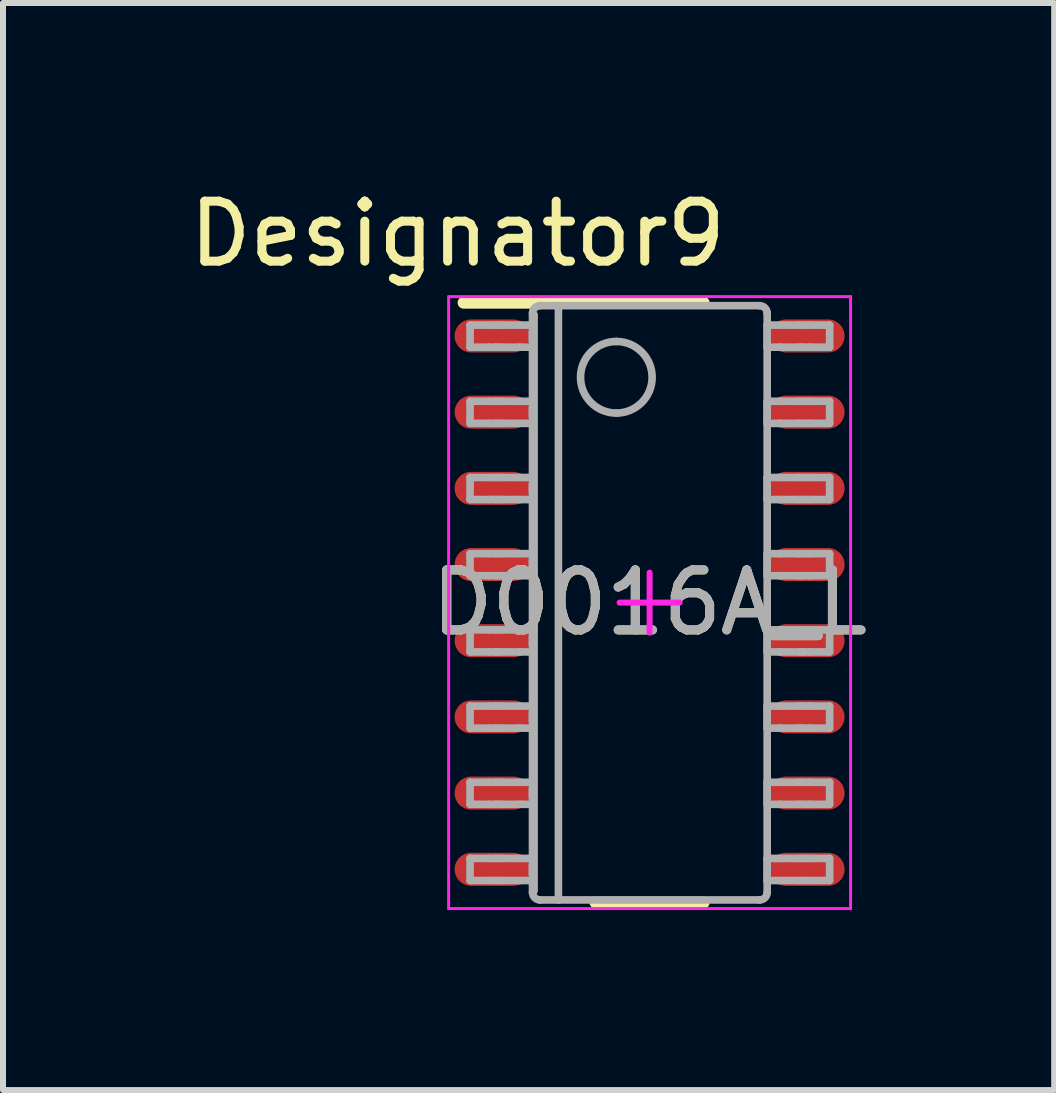
<source format=kicad_pcb>
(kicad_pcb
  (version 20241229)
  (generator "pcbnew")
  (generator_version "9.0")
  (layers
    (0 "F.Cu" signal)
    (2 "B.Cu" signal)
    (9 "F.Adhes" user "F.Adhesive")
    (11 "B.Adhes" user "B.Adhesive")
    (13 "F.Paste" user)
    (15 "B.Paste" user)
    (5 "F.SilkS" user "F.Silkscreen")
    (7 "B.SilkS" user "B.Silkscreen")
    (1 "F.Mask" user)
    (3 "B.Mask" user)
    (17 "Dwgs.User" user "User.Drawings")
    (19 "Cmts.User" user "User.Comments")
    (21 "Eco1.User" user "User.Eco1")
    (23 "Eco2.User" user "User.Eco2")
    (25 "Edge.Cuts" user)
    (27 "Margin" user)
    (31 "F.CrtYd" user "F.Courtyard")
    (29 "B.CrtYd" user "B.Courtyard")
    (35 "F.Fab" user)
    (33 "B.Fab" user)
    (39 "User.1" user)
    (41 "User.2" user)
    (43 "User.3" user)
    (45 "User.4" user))
  (footprint "D0016A_L"
    (layer "F.Cu")
    (at 7.778 6.995)
    (property "Reference" "D0016A_L" (at 0 0 0) (unlocked yes) (layer "F.SilkS") (effects (font (size 1 1) (thickness 0.15))))
    (attr smd)
    (fp_line (start -3.1 -5) (end 0.9 -5) (stroke (width 0.2) (type solid)) (layer "F.SilkS"))
    (fp_line (start -0.9 5) (end 0.9 5) (stroke (width 0.2) (type solid)) (layer "F.SilkS"))
    (fp_line (start -3.35 -5.1) (end 3.35 -5.1) (stroke (width 0.05) (type solid)) (layer "F.CrtYd"))
    (fp_line (start -3.35 5.1) (end -3.35 -5.1) (stroke (width 0.05) (type solid)) (layer "F.CrtYd"))
    (fp_line (start -3.35 5.1) (end 3.35 5.1) (stroke (width 0.05) (type solid)) (layer "F.CrtYd"))
    (fp_line (start -0.5 0) (end 0.5 0) (stroke (width 0.1) (type solid)) (layer "F.CrtYd"))
    (fp_line (start 0 0.5) (end 0 -0.5) (stroke (width 0.1) (type solid)) (layer "F.CrtYd"))
    (fp_line (start 3.35 5.1) (end 3.35 -5.1) (stroke (width 0.05) (type solid)) (layer "F.CrtYd"))
    (fp_line (start -2.993 -4.626) (end -2.671 -4.626) (stroke (width 0.127) (type solid)) (layer "F.Fab"))
    (fp_line (start -2.993 -4.258) (end -2.993 -4.626) (stroke (width 0.127) (type solid)) (layer "F.Fab"))
    (fp_line (start -2.993 -4.258) (end -2.671 -4.258) (stroke (width 0.127) (type solid)) (layer "F.Fab"))
    (fp_line (start -2.993 -3.356) (end -2.671 -3.356) (stroke (width 0.127) (type solid)) (layer "F.Fab"))
    (fp_line (start -2.993 -2.988) (end -2.993 -3.356) (stroke (width 0.127) (type solid)) (layer "F.Fab"))
    (fp_line (start -2.993 -2.988) (end -2.671 -2.988) (stroke (width 0.127) (type solid)) (layer "F.Fab"))
    (fp_line (start -2.993 -2.086) (end -2.671 -2.086) (stroke (width 0.127) (type solid)) (layer "F.Fab"))
    (fp_line (start -2.993 -1.718) (end -2.993 -2.086) (stroke (width 0.127) (type solid)) (layer "F.Fab"))
    (fp_line (start -2.993 -1.718) (end -2.671 -1.718) (stroke (width 0.127) (type solid)) (layer "F.Fab"))
    (fp_line (start -2.993 -0.816) (end -2.671 -0.816) (stroke (width 0.127) (type solid)) (layer "F.Fab"))
    (fp_line (start -2.993 -0.448) (end -2.993 -0.816) (stroke (width 0.127) (type solid)) (layer "F.Fab"))
    (fp_line (start -2.993 -0.448) (end -2.671 -0.448) (stroke (width 0.127) (type solid)) (layer "F.Fab"))
    (fp_line (start -2.993 0.454) (end -2.671 0.454) (stroke (width 0.127) (type solid)) (layer "F.Fab"))
    (fp_line (start -2.993 0.822) (end -2.993 0.454) (stroke (width 0.127) (type solid)) (layer "F.Fab"))
    (fp_line (start -2.993 0.822) (end -2.671 0.822) (stroke (width 0.127) (type solid)) (layer "F.Fab"))
    (fp_line (start -2.993 1.724) (end -2.671 1.724) (stroke (width 0.127) (type solid)) (layer "F.Fab"))
    (fp_line (start -2.993 2.092) (end -2.993 1.724) (stroke (width 0.127) (type solid)) (layer "F.Fab"))
    (fp_line (start -2.993 2.092) (end -2.671 2.092) (stroke (width 0.127) (type solid)) (layer "F.Fab"))
    (fp_line (start -2.993 2.994) (end -2.671 2.994) (stroke (width 0.127) (type solid)) (layer "F.Fab"))
    (fp_line (start -2.993 3.362) (end -2.993 2.994) (stroke (width 0.127) (type solid)) (layer "F.Fab"))
    (fp_line (start -2.993 3.362) (end -2.671 3.362) (stroke (width 0.127) (type solid)) (layer "F.Fab"))
    (fp_line (start -2.993 4.264) (end -2.671 4.264) (stroke (width 0.127) (type solid)) (layer "F.Fab"))
    (fp_line (start -2.993 4.632) (end -2.993 4.264) (stroke (width 0.127) (type solid)) (layer "F.Fab"))
    (fp_line (start -2.993 4.632) (end -2.671 4.632) (stroke (width 0.127) (type solid)) (layer "F.Fab"))
    (fp_line (start -2.671 -4.626) (end -2.555 -4.626) (stroke (width 0.127) (type solid)) (layer "F.Fab"))
    (fp_line (start -2.671 -4.258) (end -2.555 -4.258) (stroke (width 0.127) (type solid)) (layer "F.Fab"))
    (fp_line (start -2.671 -3.356) (end -2.555 -3.356) (stroke (width 0.127) (type solid)) (layer "F.Fab"))
    (fp_line (start -2.671 -2.988) (end -2.555 -2.988) (stroke (width 0.127) (type solid)) (layer "F.Fab"))
    (fp_line (start -2.671 -2.086) (end -2.555 -2.086) (stroke (width 0.127) (type solid)) (layer "F.Fab"))
    (fp_line (start -2.671 -1.718) (end -2.555 -1.718) (stroke (width 0.127) (type solid)) (layer "F.Fab"))
    (fp_line (start -2.671 -0.816) (end -2.555 -0.816) (stroke (width 0.127) (type solid)) (layer "F.Fab"))
    (fp_line (start -2.671 -0.448) (end -2.555 -0.448) (stroke (width 0.127) (type solid)) (layer "F.Fab"))
    (fp_line (start -2.671 0.454) (end -2.555 0.454) (stroke (width 0.127) (type solid)) (layer "F.Fab"))
    (fp_line (start -2.671 0.822) (end -2.555 0.822) (stroke (width 0.127) (type solid)) (layer "F.Fab"))
    (fp_line (start -2.671 1.724) (end -2.555 1.724) (stroke (width 0.127) (type solid)) (layer "F.Fab"))
    (fp_line (start -2.671 2.092) (end -2.555 2.092) (stroke (width 0.127) (type solid)) (layer "F.Fab"))
    (fp_line (start -2.671 2.994) (end -2.555 2.994) (stroke (width 0.127) (type solid)) (layer "F.Fab"))
    (fp_line (start -2.671 3.362) (end -2.555 3.362) (stroke (width 0.127) (type solid)) (layer "F.Fab"))
    (fp_line (start -2.671 4.264) (end -2.555 4.264) (stroke (width 0.127) (type solid)) (layer "F.Fab"))
    (fp_line (start -2.671 4.632) (end -2.555 4.632) (stroke (width 0.127) (type solid)) (layer "F.Fab"))
    (fp_line (start -2.555 -4.626) (end -2.488 -4.626) (stroke (width 0.127) (type solid)) (layer "F.Fab"))
    (fp_line (start -2.555 -4.258) (end -2.488 -4.258) (stroke (width 0.127) (type solid)) (layer "F.Fab"))
    (fp_line (start -2.555 -3.356) (end -2.488 -3.356) (stroke (width 0.127) (type solid)) (layer "F.Fab"))
    (fp_line (start -2.555 -2.988) (end -2.488 -2.988) (stroke (width 0.127) (type solid)) (layer "F.Fab"))
    (fp_line (start -2.555 -2.086) (end -2.488 -2.086) (stroke (width 0.127) (type solid)) (layer "F.Fab"))
    (fp_line (start -2.555 -1.718) (end -2.488 -1.718) (stroke (width 0.127) (type solid)) (layer "F.Fab"))
    (fp_line (start -2.555 -0.816) (end -2.488 -0.816) (stroke (width 0.127) (type solid)) (layer "F.Fab"))
    (fp_line (start -2.555 -0.448) (end -2.488 -0.448) (stroke (width 0.127) (type solid)) (layer "F.Fab"))
    (fp_line (start -2.555 0.454) (end -2.488 0.454) (stroke (width 0.127) (type solid)) (layer "F.Fab"))
    (fp_line (start -2.555 0.822) (end -2.488 0.822) (stroke (width 0.127) (type solid)) (layer "F.Fab"))
    (fp_line (start -2.555 1.724) (end -2.488 1.724) (stroke (width 0.127) (type solid)) (layer "F.Fab"))
    (fp_line (start -2.555 2.092) (end -2.488 2.092) (stroke (width 0.127) (type solid)) (layer "F.Fab"))
    (fp_line (start -2.555 2.994) (end -2.488 2.994) (stroke (width 0.127) (type solid)) (layer "F.Fab"))
    (fp_line (start -2.555 3.362) (end -2.488 3.362) (stroke (width 0.127) (type solid)) (layer "F.Fab"))
    (fp_line (start -2.555 4.264) (end -2.488 4.264) (stroke (width 0.127) (type solid)) (layer "F.Fab"))
    (fp_line (start -2.555 4.632) (end -2.488 4.632) (stroke (width 0.127) (type solid)) (layer "F.Fab"))
    (fp_line (start -2.488 -4.626) (end -2.163 -4.626) (stroke (width 0.127) (type solid)) (layer "F.Fab"))
    (fp_line (start -2.488 -4.258) (end -2.163 -4.258) (stroke (width 0.127) (type solid)) (layer "F.Fab"))
    (fp_line (start -2.488 -3.356) (end -2.163 -3.356) (stroke (width 0.127) (type solid)) (layer "F.Fab"))
    (fp_line (start -2.488 -2.988) (end -2.163 -2.988) (stroke (width 0.127) (type solid)) (layer "F.Fab"))
    (fp_line (start -2.488 -2.086) (end -2.163 -2.086) (stroke (width 0.127) (type solid)) (layer "F.Fab"))
    (fp_line (start -2.488 -1.718) (end -2.163 -1.718) (stroke (width 0.127) (type solid)) (layer "F.Fab"))
    (fp_line (start -2.488 -0.816) (end -2.163 -0.816) (stroke (width 0.127) (type solid)) (layer "F.Fab"))
    (fp_line (start -2.488 -0.448) (end -2.163 -0.448) (stroke (width 0.127) (type solid)) (layer "F.Fab"))
    (fp_line (start -2.488 0.454) (end -2.163 0.454) (stroke (width 0.127) (type solid)) (layer "F.Fab"))
    (fp_line (start -2.488 0.822) (end -2.163 0.822) (stroke (width 0.127) (type solid)) (layer "F.Fab"))
    (fp_line (start -2.488 1.724) (end -2.163 1.724) (stroke (width 0.127) (type solid)) (layer "F.Fab"))
    (fp_line (start -2.488 2.092) (end -2.163 2.092) (stroke (width 0.127) (type solid)) (layer "F.Fab"))
    (fp_line (start -2.488 2.994) (end -2.163 2.994) (stroke (width 0.127) (type solid)) (layer "F.Fab"))
    (fp_line (start -2.488 3.362) (end -2.163 3.362) (stroke (width 0.127) (type solid)) (layer "F.Fab"))
    (fp_line (start -2.488 4.264) (end -2.163 4.264) (stroke (width 0.127) (type solid)) (layer "F.Fab"))
    (fp_line (start -2.488 4.632) (end -2.163 4.632) (stroke (width 0.127) (type solid)) (layer "F.Fab"))
    (fp_line (start -2.163 -4.626) (end -1.952 -4.626) (stroke (width 0.127) (type solid)) (layer "F.Fab"))
    (fp_line (start -2.163 -4.258) (end -1.952 -4.258) (stroke (width 0.127) (type solid)) (layer "F.Fab"))
    (fp_line (start -2.163 -3.356) (end -1.952 -3.356) (stroke (width 0.127) (type solid)) (layer "F.Fab"))
    (fp_line (start -2.163 -2.988) (end -1.952 -2.988) (stroke (width 0.127) (type solid)) (layer "F.Fab"))
    (fp_line (start -2.163 -2.086) (end -1.952 -2.086) (stroke (width 0.127) (type solid)) (layer "F.Fab"))
    (fp_line (start -2.163 -1.718) (end -1.952 -1.718) (stroke (width 0.127) (type solid)) (layer "F.Fab"))
    (fp_line (start -2.163 -0.816) (end -1.952 -0.816) (stroke (width 0.127) (type solid)) (layer "F.Fab"))
    (fp_line (start -2.163 -0.448) (end -1.952 -0.448) (stroke (width 0.127) (type solid)) (layer "F.Fab"))
    (fp_line (start -2.163 0.454) (end -1.952 0.454) (stroke (width 0.127) (type solid)) (layer "F.Fab"))
    (fp_line (start -2.163 0.822) (end -1.952 0.822) (stroke (width 0.127) (type solid)) (layer "F.Fab"))
    (fp_line (start -2.163 1.724) (end -1.952 1.724) (stroke (width 0.127) (type solid)) (layer "F.Fab"))
    (fp_line (start -2.163 2.092) (end -1.952 2.092) (stroke (width 0.127) (type solid)) (layer "F.Fab"))
    (fp_line (start -2.163 2.994) (end -1.952 2.994) (stroke (width 0.127) (type solid)) (layer "F.Fab"))
    (fp_line (start -2.163 3.362) (end -1.952 3.362) (stroke (width 0.127) (type solid)) (layer "F.Fab"))
    (fp_line (start -2.163 4.264) (end -1.952 4.264) (stroke (width 0.127) (type solid)) (layer "F.Fab"))
    (fp_line (start -2.163 4.632) (end -1.952 4.632) (stroke (width 0.127) (type solid)) (layer "F.Fab"))
    (fp_line (start -1.952 -4.258) (end -1.952 -4.626) (stroke (width 0.127) (type solid)) (layer "F.Fab"))
    (fp_line (start -1.952 -2.988) (end -1.952 -3.356) (stroke (width 0.127) (type solid)) (layer "F.Fab"))
    (fp_line (start -1.952 -1.718) (end -1.952 -2.086) (stroke (width 0.127) (type solid)) (layer "F.Fab"))
    (fp_line (start -1.952 -0.448) (end -1.952 -0.816) (stroke (width 0.127) (type solid)) (layer "F.Fab"))
    (fp_line (start -1.952 0.822) (end -1.952 0.454) (stroke (width 0.127) (type solid)) (layer "F.Fab"))
    (fp_line (start -1.952 2.092) (end -1.952 1.724) (stroke (width 0.127) (type solid)) (layer "F.Fab"))
    (fp_line (start -1.952 3.362) (end -1.952 2.994) (stroke (width 0.127) (type solid)) (layer "F.Fab"))
    (fp_line (start -1.952 4.632) (end -1.952 4.264) (stroke (width 0.127) (type solid)) (layer "F.Fab"))
    (fp_line (start -1.952 4.829) (end -1.952 -4.823) (stroke (width 0.127) (type solid)) (layer "F.Fab"))
    (fp_line (start -1.925 4.803) (end -1.925 -4.797) (stroke (width 0.127) (type solid)) (layer "F.Fab"))
    (fp_line (start -1.825 -4.95) (end 1.834 -4.95) (stroke (width 0.127) (type solid)) (layer "F.Fab"))
    (fp_line (start -1.825 4.956) (end 1.834 4.956) (stroke (width 0.127) (type solid)) (layer "F.Fab"))
    (fp_line (start -1.52 4.956) (end -1.52 -4.95) (stroke (width 0.127) (type solid)) (layer "F.Fab"))
    (fp_line (start 1.96 -4.626) (end 2.172 -4.626) (stroke (width 0.127) (type solid)) (layer "F.Fab"))
    (fp_line (start 1.96 -4.258) (end 1.96 -4.626) (stroke (width 0.127) (type solid)) (layer "F.Fab"))
    (fp_line (start 1.96 -4.258) (end 2.172 -4.258) (stroke (width 0.127) (type solid)) (layer "F.Fab"))
    (fp_line (start 1.96 -3.356) (end 2.172 -3.356) (stroke (width 0.127) (type solid)) (layer "F.Fab"))
    (fp_line (start 1.96 -2.988) (end 1.96 -3.356) (stroke (width 0.127) (type solid)) (layer "F.Fab"))
    (fp_line (start 1.96 -2.988) (end 2.172 -2.988) (stroke (width 0.127) (type solid)) (layer "F.Fab"))
    (fp_line (start 1.96 -2.086) (end 2.172 -2.086) (stroke (width 0.127) (type solid)) (layer "F.Fab"))
    (fp_line (start 1.96 -1.718) (end 1.96 -2.086) (stroke (width 0.127) (type solid)) (layer "F.Fab"))
    (fp_line (start 1.96 -1.718) (end 2.172 -1.718) (stroke (width 0.127) (type solid)) (layer "F.Fab"))
    (fp_line (start 1.96 -0.816) (end 2.172 -0.816) (stroke (width 0.127) (type solid)) (layer "F.Fab"))
    (fp_line (start 1.96 -0.448) (end 1.96 -0.816) (stroke (width 0.127) (type solid)) (layer "F.Fab"))
    (fp_line (start 1.96 -0.448) (end 2.172 -0.448) (stroke (width 0.127) (type solid)) (layer "F.Fab"))
    (fp_line (start 1.96 0.454) (end 2.172 0.454) (stroke (width 0.127) (type solid)) (layer "F.Fab"))
    (fp_line (start 1.96 0.822) (end 1.96 0.454) (stroke (width 0.127) (type solid)) (layer "F.Fab"))
    (fp_line (start 1.96 0.822) (end 2.172 0.822) (stroke (width 0.127) (type solid)) (layer "F.Fab"))
    (fp_line (start 1.96 1.724) (end 2.172 1.724) (stroke (width 0.127) (type solid)) (layer "F.Fab"))
    (fp_line (start 1.96 2.092) (end 1.96 1.724) (stroke (width 0.127) (type solid)) (layer "F.Fab"))
    (fp_line (start 1.96 2.092) (end 2.172 2.092) (stroke (width 0.127) (type solid)) (layer "F.Fab"))
    (fp_line (start 1.96 2.994) (end 2.172 2.994) (stroke (width 0.127) (type solid)) (layer "F.Fab"))
    (fp_line (start 1.96 3.362) (end 1.96 2.994) (stroke (width 0.127) (type solid)) (layer "F.Fab"))
    (fp_line (start 1.96 3.362) (end 2.172 3.362) (stroke (width 0.127) (type solid)) (layer "F.Fab"))
    (fp_line (start 1.96 4.264) (end 2.172 4.264) (stroke (width 0.127) (type solid)) (layer "F.Fab"))
    (fp_line (start 1.96 4.632) (end 1.96 4.264) (stroke (width 0.127) (type solid)) (layer "F.Fab"))
    (fp_line (start 1.96 4.632) (end 2.172 4.632) (stroke (width 0.127) (type solid)) (layer "F.Fab"))
    (fp_line (start 1.96 4.829) (end 1.96 -4.823) (stroke (width 0.127) (type solid)) (layer "F.Fab"))
    (fp_line (start 2.172 -4.626) (end 2.497 -4.626) (stroke (width 0.127) (type solid)) (layer "F.Fab"))
    (fp_line (start 2.172 -4.258) (end 2.497 -4.258) (stroke (width 0.127) (type solid)) (layer "F.Fab"))
    (fp_line (start 2.172 -3.356) (end 2.497 -3.356) (stroke (width 0.127) (type solid)) (layer "F.Fab"))
    (fp_line (start 2.172 -2.988) (end 2.497 -2.988) (stroke (width 0.127) (type solid)) (layer "F.Fab"))
    (fp_line (start 2.172 -2.086) (end 2.497 -2.086) (stroke (width 0.127) (type solid)) (layer "F.Fab"))
    (fp_line (start 2.172 -1.718) (end 2.497 -1.718) (stroke (width 0.127) (type solid)) (layer "F.Fab"))
    (fp_line (start 2.172 -0.816) (end 2.497 -0.816) (stroke (width 0.127) (type solid)) (layer "F.Fab"))
    (fp_line (start 2.172 -0.448) (end 2.497 -0.448) (stroke (width 0.127) (type solid)) (layer "F.Fab"))
    (fp_line (start 2.172 0.454) (end 2.497 0.454) (stroke (width 0.127) (type solid)) (layer "F.Fab"))
    (fp_line (start 2.172 0.822) (end 2.497 0.822) (stroke (width 0.127) (type solid)) (layer "F.Fab"))
    (fp_line (start 2.172 1.724) (end 2.497 1.724) (stroke (width 0.127) (type solid)) (layer "F.Fab"))
    (fp_line (start 2.172 2.092) (end 2.497 2.092) (stroke (width 0.127) (type solid)) (layer "F.Fab"))
    (fp_line (start 2.172 2.994) (end 2.497 2.994) (stroke (width 0.127) (type solid)) (layer "F.Fab"))
    (fp_line (start 2.172 3.362) (end 2.497 3.362) (stroke (width 0.127) (type solid)) (layer "F.Fab"))
    (fp_line (start 2.172 4.264) (end 2.497 4.264) (stroke (width 0.127) (type solid)) (layer "F.Fab"))
    (fp_line (start 2.172 4.632) (end 2.497 4.632) (stroke (width 0.127) (type solid)) (layer "F.Fab"))
    (fp_line (start 2.497 -4.626) (end 2.563 -4.626) (stroke (width 0.127) (type solid)) (layer "F.Fab"))
    (fp_line (start 2.497 -4.258) (end 2.563 -4.258) (stroke (width 0.127) (type solid)) (layer "F.Fab"))
    (fp_line (start 2.497 -3.356) (end 2.563 -3.356) (stroke (width 0.127) (type solid)) (layer "F.Fab"))
    (fp_line (start 2.497 -2.988) (end 2.563 -2.988) (stroke (width 0.127) (type solid)) (layer "F.Fab"))
    (fp_line (start 2.497 -2.086) (end 2.563 -2.086) (stroke (width 0.127) (type solid)) (layer "F.Fab"))
    (fp_line (start 2.497 -1.718) (end 2.563 -1.718) (stroke (width 0.127) (type solid)) (layer "F.Fab"))
    (fp_line (start 2.497 -0.816) (end 2.563 -0.816) (stroke (width 0.127) (type solid)) (layer "F.Fab"))
    (fp_line (start 2.497 -0.448) (end 2.563 -0.448) (stroke (width 0.127) (type solid)) (layer "F.Fab"))
    (fp_line (start 2.497 0.454) (end 2.563 0.454) (stroke (width 0.127) (type solid)) (layer "F.Fab"))
    (fp_line (start 2.497 0.822) (end 2.563 0.822) (stroke (width 0.127) (type solid)) (layer "F.Fab"))
    (fp_line (start 2.497 1.724) (end 2.563 1.724) (stroke (width 0.127) (type solid)) (layer "F.Fab"))
    (fp_line (start 2.497 2.092) (end 2.563 2.092) (stroke (width 0.127) (type solid)) (layer "F.Fab"))
    (fp_line (start 2.497 2.994) (end 2.563 2.994) (stroke (width 0.127) (type solid)) (layer "F.Fab"))
    (fp_line (start 2.497 3.362) (end 2.563 3.362) (stroke (width 0.127) (type solid)) (layer "F.Fab"))
    (fp_line (start 2.497 4.264) (end 2.563 4.264) (stroke (width 0.127) (type solid)) (layer "F.Fab"))
    (fp_line (start 2.497 4.632) (end 2.563 4.632) (stroke (width 0.127) (type solid)) (layer "F.Fab"))
    (fp_line (start 2.563 -4.626) (end 2.679 -4.626) (stroke (width 0.127) (type solid)) (layer "F.Fab"))
    (fp_line (start 2.563 -4.258) (end 2.679 -4.258) (stroke (width 0.127) (type solid)) (layer "F.Fab"))
    (fp_line (start 2.563 -3.356) (end 2.679 -3.356) (stroke (width 0.127) (type solid)) (layer "F.Fab"))
    (fp_line (start 2.563 -2.988) (end 2.679 -2.988) (stroke (width 0.127) (type solid)) (layer "F.Fab"))
    (fp_line (start 2.563 -2.086) (end 2.679 -2.086) (stroke (width 0.127) (type solid)) (layer "F.Fab"))
    (fp_line (start 2.563 -1.718) (end 2.679 -1.718) (stroke (width 0.127) (type solid)) (layer "F.Fab"))
    (fp_line (start 2.563 -0.816) (end 2.679 -0.816) (stroke (width 0.127) (type solid)) (layer "F.Fab"))
    (fp_line (start 2.563 -0.448) (end 2.679 -0.448) (stroke (width 0.127) (type solid)) (layer "F.Fab"))
    (fp_line (start 2.563 0.454) (end 2.679 0.454) (stroke (width 0.127) (type solid)) (layer "F.Fab"))
    (fp_line (start 2.563 0.822) (end 2.679 0.822) (stroke (width 0.127) (type solid)) (layer "F.Fab"))
    (fp_line (start 2.563 1.724) (end 2.679 1.724) (stroke (width 0.127) (type solid)) (layer "F.Fab"))
    (fp_line (start 2.563 2.092) (end 2.679 2.092) (stroke (width 0.127) (type solid)) (layer "F.Fab"))
    (fp_line (start 2.563 2.994) (end 2.679 2.994) (stroke (width 0.127) (type solid)) (layer "F.Fab"))
    (fp_line (start 2.563 3.362) (end 2.679 3.362) (stroke (width 0.127) (type solid)) (layer "F.Fab"))
    (fp_line (start 2.563 4.264) (end 2.679 4.264) (stroke (width 0.127) (type solid)) (layer "F.Fab"))
    (fp_line (start 2.563 4.632) (end 2.679 4.632) (stroke (width 0.127) (type solid)) (layer "F.Fab"))
    (fp_line (start 2.679 -4.626) (end 3.001 -4.626) (stroke (width 0.127) (type solid)) (layer "F.Fab"))
    (fp_line (start 2.679 -4.258) (end 3.001 -4.258) (stroke (width 0.127) (type solid)) (layer "F.Fab"))
    (fp_line (start 2.679 -3.356) (end 3.001 -3.356) (stroke (width 0.127) (type solid)) (layer "F.Fab"))
    (fp_line (start 2.679 -2.988) (end 3.001 -2.988) (stroke (width 0.127) (type solid)) (layer "F.Fab"))
    (fp_line (start 2.679 -2.086) (end 3.001 -2.086) (stroke (width 0.127) (type solid)) (layer "F.Fab"))
    (fp_line (start 2.679 -1.718) (end 3.001 -1.718) (stroke (width 0.127) (type solid)) (layer "F.Fab"))
    (fp_line (start 2.679 -0.816) (end 3.001 -0.816) (stroke (width 0.127) (type solid)) (layer "F.Fab"))
    (fp_line (start 2.679 -0.448) (end 3.001 -0.448) (stroke (width 0.127) (type solid)) (layer "F.Fab"))
    (fp_line (start 2.679 0.454) (end 3.001 0.454) (stroke (width 0.127) (type solid)) (layer "F.Fab"))
    (fp_line (start 2.679 0.822) (end 3.001 0.822) (stroke (width 0.127) (type solid)) (layer "F.Fab"))
    (fp_line (start 2.679 1.724) (end 3.001 1.724) (stroke (width 0.127) (type solid)) (layer "F.Fab"))
    (fp_line (start 2.679 2.092) (end 3.001 2.092) (stroke (width 0.127) (type solid)) (layer "F.Fab"))
    (fp_line (start 2.679 2.994) (end 3.001 2.994) (stroke (width 0.127) (type solid)) (layer "F.Fab"))
    (fp_line (start 2.679 3.362) (end 3.001 3.362) (stroke (width 0.127) (type solid)) (layer "F.Fab"))
    (fp_line (start 2.679 4.264) (end 3.001 4.264) (stroke (width 0.127) (type solid)) (layer "F.Fab"))
    (fp_line (start 2.679 4.632) (end 3.001 4.632) (stroke (width 0.127) (type solid)) (layer "F.Fab"))
    (fp_line (start 3.001 -4.258) (end 3.001 -4.626) (stroke (width 0.127) (type solid)) (layer "F.Fab"))
    (fp_line (start 3.001 -2.988) (end 3.001 -3.356) (stroke (width 0.127) (type solid)) (layer "F.Fab"))
    (fp_line (start 3.001 -1.718) (end 3.001 -2.086) (stroke (width 0.127) (type solid)) (layer "F.Fab"))
    (fp_line (start 3.001 -0.448) (end 3.001 -0.816) (stroke (width 0.127) (type solid)) (layer "F.Fab"))
    (fp_line (start 3.001 0.822) (end 3.001 0.454) (stroke (width 0.127) (type solid)) (layer "F.Fab"))
    (fp_line (start 3.001 2.092) (end 3.001 1.724) (stroke (width 0.127) (type solid)) (layer "F.Fab"))
    (fp_line (start 3.001 3.362) (end 3.001 2.994) (stroke (width 0.127) (type solid)) (layer "F.Fab"))
    (fp_line (start 3.001 4.632) (end 3.001 4.264) (stroke (width 0.127) (type solid)) (layer "F.Fab"))
    (fp_arc (start -1.951542 -4.823482) (mid -1.914335 -4.91281) (end -1.824999 -4.949999) (stroke (width 0.127) (type solid)) (layer "F.Fab"))
    (fp_arc (start -1.824999 4.955999) (mid -1.91434 4.918797) (end -1.951542 4.829456) (stroke (width 0.127) (type solid)) (layer "F.Fab"))
    (fp_arc (start -0.554543 -4.3531) (mid 0.042357 -3.7562) (end -0.554543 -3.1593) (stroke (width 0.127) (type solid)) (layer "F.Fab"))
    (fp_arc (start -0.554543 -3.1593) (mid -1.151443 -3.7562) (end -0.554543 -4.3531) (stroke (width 0.127) (type solid)) (layer "F.Fab"))
    (fp_arc (start 1.833539 -4.949999) (mid 1.922862 -4.912805) (end 1.960056 -4.823482) (stroke (width 0.127) (type solid)) (layer "F.Fab"))
    (fp_arc (start 1.960056 4.829456) (mid 1.922867 4.918792) (end 1.833539 4.955999) (stroke (width 0.127) (type solid)) (layer "F.Fab"))
    (fp_text user "Designator9" (at -3.2 -6.147 0) (unlocked yes) (layer "F.SilkS") (effects (font (size 1 1) (thickness 0.15))))
    (fp_text user "${REFERENCE}" (at 0 0 0) (unlocked yes) (layer "F.Fab") (effects (font (size 1 1) (thickness 0.15))))
    (pad "1" smd oval (at -2.625 -4.445 90) (size 0.55 1.25) (layers "F.Cu" "F.Mask" "F.Paste"))
    (pad "2" smd oval (at -2.625 -3.175 90) (size 0.55 1.25) (layers "F.Cu" "F.Mask" "F.Paste"))
    (pad "3" smd oval (at -2.625 -1.905 90) (size 0.55 1.25) (layers "F.Cu" "F.Mask" "F.Paste"))
    (pad "4" smd oval (at -2.625 -0.635 90) (size 0.55 1.25) (layers "F.Cu" "F.Mask" "F.Paste"))
    (pad "5" smd oval (at -2.625 0.635 90) (size 0.55 1.25) (layers "F.Cu" "F.Mask" "F.Paste"))
    (pad "6" smd oval (at -2.625 1.905 90) (size 0.55 1.25) (layers "F.Cu" "F.Mask" "F.Paste"))
    (pad "7" smd oval (at -2.625 3.175 90) (size 0.55 1.25) (layers "F.Cu" "F.Mask" "F.Paste"))
    (pad "8" smd oval (at -2.625 4.445 90) (size 0.55 1.25) (layers "F.Cu" "F.Mask" "F.Paste"))
    (pad "9" smd oval (at 2.625 4.445 90) (size 0.55 1.25) (layers "F.Cu" "F.Mask" "F.Paste"))
    (pad "10" smd oval (at 2.625 3.175 90) (size 0.55 1.25) (layers "F.Cu" "F.Mask" "F.Paste"))
    (pad "11" smd oval (at 2.625 1.905 90) (size 0.55 1.25) (layers "F.Cu" "F.Mask" "F.Paste"))
    (pad "12" smd oval (at 2.625 0.635 90) (size 0.55 1.25) (layers "F.Cu" "F.Mask" "F.Paste"))
    (pad "13" smd oval (at 2.625 -0.635 90) (size 0.55 1.25) (layers "F.Cu" "F.Mask" "F.Paste"))
    (pad "14" smd oval (at 2.625 -1.905 90) (size 0.55 1.25) (layers "F.Cu" "F.Mask" "F.Paste"))
    (pad "15" smd oval (at 2.625 -3.175 90) (size 0.55 1.25) (layers "F.Cu" "F.Mask" "F.Paste"))
    (pad "16" smd oval (at 2.625 -4.445 90) (size 0.55 1.25) (layers "F.Cu" "F.Mask" "F.Paste")))
  (gr_rect
    (start -3 -3)
    (end 14.522 15.12)
    (stroke (width 0.1) (type default))
    (fill no)
    (layer "Edge.Cuts")))
</source>
